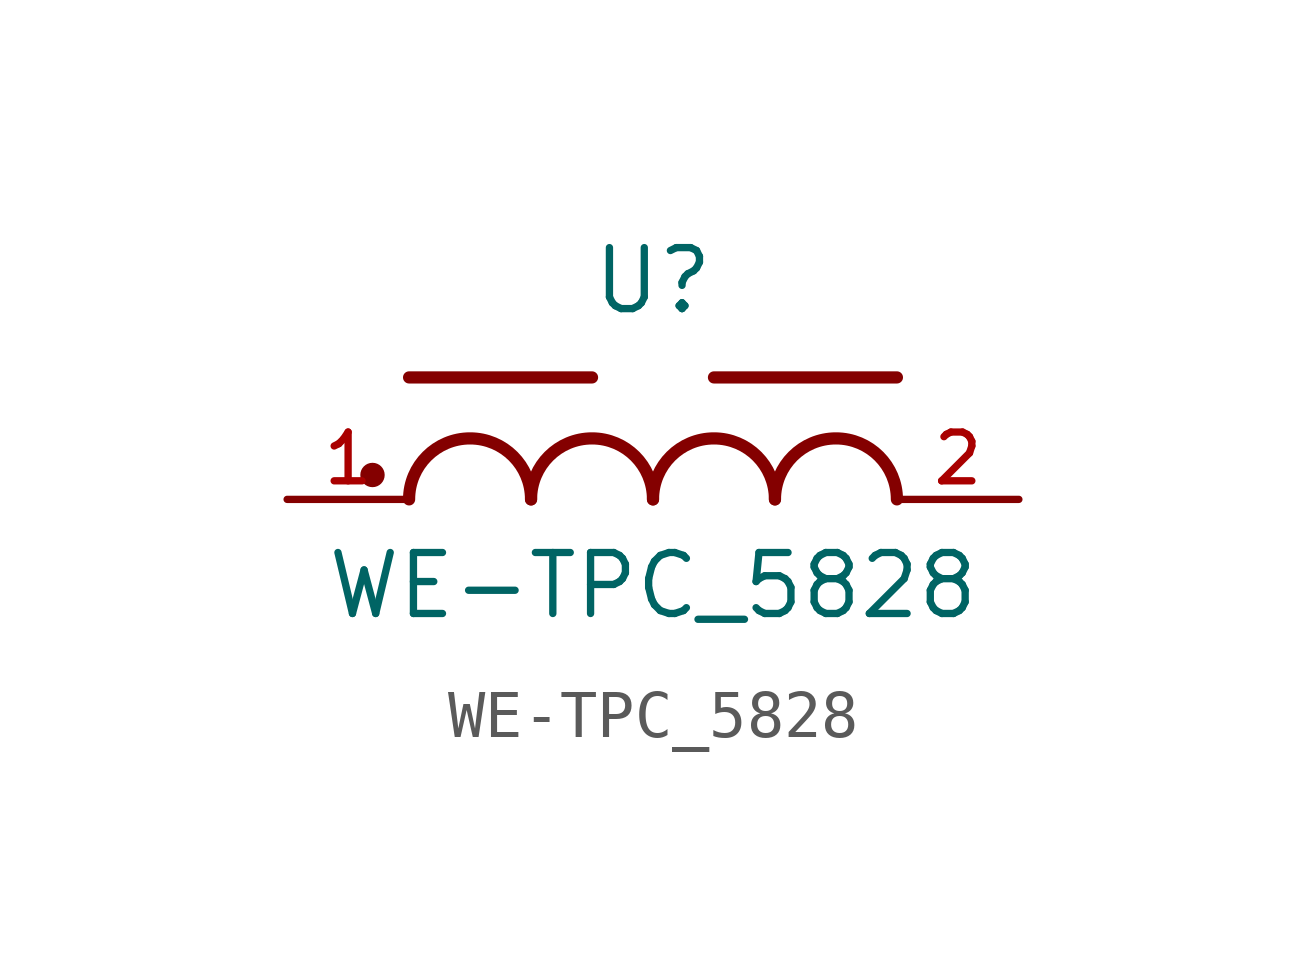
<source format=kicad_sym>
(kicad_symbol_lib
  (version 20211014)
  (generator kicad_symbol_editor)
  (symbol "WE-TPC_5828"
    (pin_names
      (offset 1.016))
    (property "Reference" "U"
      (at 0.0 3.81 0)
      (effects (font (size 1.27 1.27)) (justify bottom)))
    (property "Value" "WE-TPC_5828"
      (at 0.0 -2.54 0)
      (effects (font (size 1.27 1.27)) (justify bottom)))
    (symbol "WE-TPC_5828_0_0"
      (arc (start -2.54 0.0) (mid -3.81 1.27) (end -5.08 0.0) (stroke (width 0.254) (type default) (color 0 0 0 0)) (fill (type none)))
      (arc (start 0.0 0.0) (mid -1.27 1.27) (end -2.54 0.0) (stroke (width 0.254) (type default) (color 0 0 0 0)) (fill (type none)))
      (arc (start 2.54 0.0) (mid 1.27 1.27) (end 0.0 0.0) (stroke (width 0.254) (type default) (color 0 0 0 0)) (fill (type none)))
      (arc (start 5.08 0.0) (mid 3.81 1.27) (end 2.54 0.0) (stroke (width 0.254) (type default) (color 0 0 0 0)) (fill (type none)))
      (polyline (pts (xy -1.27 2.54) (xy -5.08 2.54)) (stroke (width 0.254)))
      (polyline (pts (xy 5.08 2.54) (xy 1.27 2.54)) (stroke (width 0.254)))
      (circle (center -5.842 0.508) (radius 0.127) (stroke (width 0.254)) (fill (type none)))
      (pin passive line (at -7.62 0.0 0) (length 2.54) (name "~" (effects (font (size 1.016 1.016)))) (number "1" (effects (font (size 1.016 1.016)))))
      (pin passive line (at 7.62 0.0 180.0) (length 2.54) (name "~" (effects (font (size 1.016 1.016)))) (number "2" (effects (font (size 1.016 1.016))))))))
</source>
